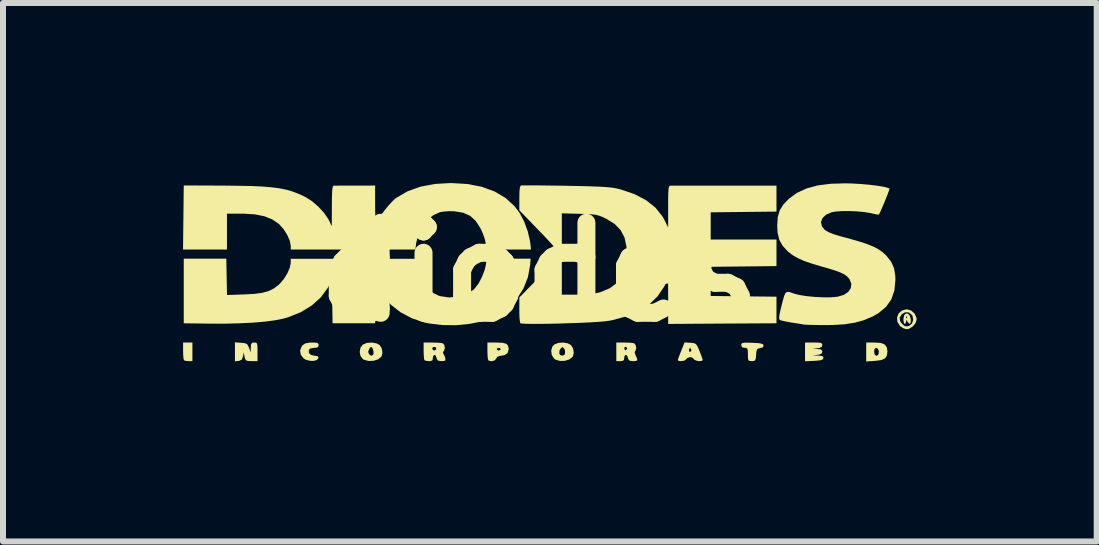
<source format=kicad_pcb>
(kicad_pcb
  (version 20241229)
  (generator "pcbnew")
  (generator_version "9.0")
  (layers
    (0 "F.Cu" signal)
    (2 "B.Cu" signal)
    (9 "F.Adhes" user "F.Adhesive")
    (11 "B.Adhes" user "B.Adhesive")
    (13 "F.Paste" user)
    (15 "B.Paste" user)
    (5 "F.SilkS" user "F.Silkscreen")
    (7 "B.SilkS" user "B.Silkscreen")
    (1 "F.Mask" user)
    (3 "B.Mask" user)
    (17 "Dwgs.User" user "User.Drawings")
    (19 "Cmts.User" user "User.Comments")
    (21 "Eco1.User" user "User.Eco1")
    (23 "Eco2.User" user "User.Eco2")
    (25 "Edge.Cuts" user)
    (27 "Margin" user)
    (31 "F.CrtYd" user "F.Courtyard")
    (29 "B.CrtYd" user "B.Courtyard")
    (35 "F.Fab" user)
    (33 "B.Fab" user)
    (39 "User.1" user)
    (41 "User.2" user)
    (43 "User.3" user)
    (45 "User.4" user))
  (footprint "diodes"
    (layer "F.Cu")
    (at 5.936 1.484)
    (property "Reference" "diodes" (at 0 0 0) (layer "F.SilkS") (effects (font (size 1.5 1.5) (thickness 0.3))))
    (attr board_only exclude_from_pos_files exclude_from_bom)
    (fp_poly (pts (xy -5.78 1.329) (xy -5.78 1.484) (xy -5.843 1.484) (xy -5.893 1.479) (xy -5.92 1.469) (xy -5.928 1.441) (xy -5.933 1.382) (xy -5.935 1.314) (xy -5.935 1.174) (xy -5.857 1.174) (xy -5.78 1.174)) (stroke (width 0) (type solid)) (fill yes) (layer "F.SilkS"))
    (fp_poly (pts (xy 5.691 1.181) (xy 5.757 1.207) (xy 5.792 1.255) (xy 5.802 1.321) (xy 5.793 1.392) (xy 5.761 1.438) (xy 5.7 1.466) (xy 5.602 1.479) (xy 5.594 1.48) (xy 5.448 1.489) (xy 5.448 1.331) (xy 5.448 1.329) (xy 5.58 1.329) (xy 5.591 1.377) (xy 5.617 1.396) (xy 5.645 1.381) (xy 5.655 1.362) (xy 5.659 1.312) (xy 5.638 1.273) (xy 5.611 1.262) (xy 5.587 1.282) (xy 5.58 1.329) (xy 5.448 1.329) (xy 5.448 1.174) (xy 5.588 1.174)) (stroke (width 0) (type solid)) (fill yes) (layer "F.SilkS"))
    (fp_poly (pts (xy 6.143 0.693) (xy 6.175 0.727) (xy 6.192 0.791) (xy 6.192 0.798) (xy 6.187 0.849) (xy 6.168 0.861) (xy 6.14 0.831) (xy 6.136 0.825) (xy 6.118 0.798) (xy 6.113 0.81) (xy 6.113 0.825) (xy 6.102 0.858) (xy 6.09 0.864) (xy 6.075 0.844) (xy 6.068 0.796) (xy 6.068 0.785) (xy 6.074 0.753) (xy 6.112 0.753) (xy 6.12 0.771) (xy 6.127 0.768) (xy 6.129 0.741) (xy 6.127 0.738) (xy 6.114 0.741) (xy 6.112 0.753) (xy 6.074 0.753) (xy 6.08 0.721) (xy 6.108 0.69)) (stroke (width 0) (type solid)) (fill yes) (layer "F.SilkS"))
    (fp_poly (pts (xy -3.72 1.176) (xy -3.687 1.186) (xy -3.676 1.208) (xy -3.676 1.218) (xy -3.685 1.249) (xy -3.72 1.261) (xy -3.751 1.262) (xy -3.815 1.273) (xy -3.84 1.298) (xy -3.839 1.346) (xy -3.803 1.381) (xy -3.74 1.395) (xy -3.738 1.395) (xy -3.692 1.401) (xy -3.679 1.424) (xy -3.68 1.434) (xy -3.706 1.465) (xy -3.759 1.48) (xy -3.825 1.478) (xy -3.891 1.46) (xy -3.926 1.439) (xy -3.974 1.377) (xy -3.985 1.305) (xy -3.957 1.235) (xy -3.942 1.218) (xy -3.894 1.187) (xy -3.822 1.175) (xy -3.787 1.174)) (stroke (width 0) (type solid)) (fill yes) (layer "F.SilkS"))
    (fp_poly (pts (xy 4.651 1.175) (xy 4.694 1.181) (xy 4.713 1.195) (xy 4.717 1.217) (xy 4.706 1.247) (xy 4.667 1.264) (xy 4.634 1.268) (xy 4.551 1.277) (xy 4.634 1.281) (xy 4.69 1.288) (xy 4.714 1.308) (xy 4.717 1.327) (xy 4.706 1.358) (xy 4.667 1.374) (xy 4.634 1.379) (xy 4.551 1.388) (xy 4.646 1.391) (xy 4.707 1.397) (xy 4.733 1.411) (xy 4.735 1.434) (xy 4.723 1.456) (xy 4.69 1.469) (xy 4.627 1.476) (xy 4.578 1.479) (xy 4.429 1.486) (xy 4.429 1.33) (xy 4.429 1.174) (xy 4.573 1.174)) (stroke (width 0) (type solid)) (fill yes) (layer "F.SilkS"))
    (fp_poly (pts (xy -4.968 1.178) (xy -4.903 1.185) (xy -4.868 1.202) (xy -4.846 1.239) (xy -4.837 1.262) (xy -4.809 1.34) (xy -4.807 1.257) (xy -4.802 1.202) (xy -4.785 1.178) (xy -4.75 1.174) (xy -4.721 1.176) (xy -4.705 1.189) (xy -4.697 1.223) (xy -4.695 1.287) (xy -4.695 1.329) (xy -4.695 1.484) (xy -4.795 1.484) (xy -4.857 1.481) (xy -4.889 1.469) (xy -4.904 1.437) (xy -4.91 1.412) (xy -4.925 1.34) (xy -4.937 1.406) (xy -4.956 1.457) (xy -4.996 1.477) (xy -5.01 1.48) (xy -5.071 1.487) (xy -5.071 1.329) (xy -5.071 1.171)) (stroke (width 0) (type solid)) (fill yes) (layer "F.SilkS"))
    (fp_poly (pts (xy 3.548 1.178) (xy 3.641 1.183) (xy 3.698 1.191) (xy 3.727 1.203) (xy 3.738 1.222) (xy 3.729 1.252) (xy 3.683 1.266) (xy 3.645 1.275) (xy 3.625 1.297) (xy 3.616 1.345) (xy 3.614 1.379) (xy 3.608 1.442) (xy 3.595 1.473) (xy 3.568 1.483) (xy 3.542 1.484) (xy 3.503 1.481) (xy 3.484 1.466) (xy 3.477 1.427) (xy 3.477 1.373) (xy 3.475 1.307) (xy 3.466 1.274) (xy 3.444 1.263) (xy 3.421 1.262) (xy 3.378 1.252) (xy 3.366 1.217) (xy 3.369 1.195) (xy 3.384 1.182) (xy 3.42 1.176) (xy 3.486 1.176)) (stroke (width 0) (type solid)) (fill yes) (layer "F.SilkS"))
    (fp_poly (pts (xy -2.71 1.188) (xy -2.657 1.218) (xy -2.624 1.275) (xy -2.613 1.344) (xy -2.628 1.405) (xy -2.63 1.408) (xy -2.683 1.453) (xy -2.761 1.478) (xy -2.846 1.481) (xy -2.923 1.46) (xy -2.94 1.449) (xy -2.979 1.398) (xy -2.992 1.329) (xy -2.99 1.319) (xy -2.85 1.319) (xy -2.846 1.348) (xy -2.821 1.386) (xy -2.787 1.393) (xy -2.762 1.367) (xy -2.761 1.327) (xy -2.772 1.286) (xy -2.789 1.25) (xy -2.809 1.251) (xy -2.826 1.267) (xy -2.85 1.319) (xy -2.99 1.319) (xy -2.979 1.259) (xy -2.94 1.208) (xy -2.872 1.18) (xy -2.789 1.174)) (stroke (width 0) (type solid)) (fill yes) (layer "F.SilkS"))
    (fp_poly (pts (xy -0.615 1.178) (xy -0.553 1.193) (xy -0.521 1.224) (xy -0.51 1.275) (xy -0.509 1.288) (xy -0.528 1.349) (xy -0.582 1.385) (xy -0.649 1.395) (xy -0.699 1.411) (xy -0.715 1.439) (xy -0.743 1.471) (xy -0.791 1.486) (xy -0.838 1.477) (xy -0.849 1.469) (xy -0.857 1.441) (xy -0.862 1.382) (xy -0.864 1.314) (xy -0.864 1.284) (xy -0.709 1.284) (xy -0.691 1.304) (xy -0.675 1.307) (xy -0.646 1.295) (xy -0.642 1.284) (xy -0.66 1.265) (xy -0.675 1.262) (xy -0.705 1.274) (xy -0.709 1.284) (xy -0.864 1.284) (xy -0.864 1.174) (xy -0.713 1.174)) (stroke (width 0) (type solid)) (fill yes) (layer "F.SilkS"))
    (fp_poly (pts (xy 0.479 1.188) (xy 0.531 1.218) (xy 0.564 1.275) (xy 0.575 1.344) (xy 0.561 1.405) (xy 0.559 1.408) (xy 0.505 1.454) (xy 0.428 1.478) (xy 0.344 1.481) (xy 0.271 1.459) (xy 0.244 1.439) (xy 0.207 1.378) (xy 0.205 1.356) (xy 0.334 1.356) (xy 0.347 1.38) (xy 0.386 1.395) (xy 0.422 1.374) (xy 0.429 1.36) (xy 0.43 1.314) (xy 0.419 1.281) (xy 0.395 1.252) (xy 0.367 1.261) (xy 0.364 1.264) (xy 0.337 1.306) (xy 0.334 1.356) (xy 0.205 1.356) (xy 0.199 1.306) (xy 0.219 1.241) (xy 0.249 1.208) (xy 0.317 1.18) (xy 0.4 1.174)) (stroke (width 0) (type solid)) (fill yes) (layer "F.SilkS"))
    (fp_poly (pts (xy 6.197 0.64) (xy 6.254 0.691) (xy 6.286 0.76) (xy 6.289 0.79) (xy 6.27 0.851) (xy 6.222 0.907) (xy 6.161 0.945) (xy 6.123 0.952) (xy 6.068 0.937) (xy 6.013 0.9) (xy 6.011 0.898) (xy 5.968 0.829) (xy 5.962 0.757) (xy 6.006 0.757) (xy 6.013 0.818) (xy 6.046 0.864) (xy 6.09 0.9) (xy 6.13 0.905) (xy 6.167 0.894) (xy 6.212 0.856) (xy 6.231 0.796) (xy 6.22 0.733) (xy 6.212 0.717) (xy 6.161 0.673) (xy 6.099 0.669) (xy 6.042 0.701) (xy 6.006 0.757) (xy 5.962 0.757) (xy 5.962 0.756) (xy 5.988 0.69) (xy 6.043 0.641) (xy 6.122 0.62) (xy 6.128 0.62)) (stroke (width 0) (type solid)) (fill yes) (layer "F.SilkS"))
    (fp_poly (pts (xy 1.493 1.176) (xy 1.555 1.181) (xy 1.582 1.187) (xy 1.607 1.217) (xy 1.616 1.264) (xy 1.606 1.306) (xy 1.596 1.317) (xy 1.59 1.344) (xy 1.607 1.39) (xy 1.633 1.446) (xy 1.63 1.474) (xy 1.596 1.483) (xy 1.563 1.484) (xy 1.509 1.478) (xy 1.485 1.455) (xy 1.48 1.436) (xy 1.463 1.391) (xy 1.439 1.379) (xy 1.421 1.4) (xy 1.417 1.426) (xy 1.41 1.467) (xy 1.381 1.482) (xy 1.351 1.484) (xy 1.284 1.484) (xy 1.284 1.329) (xy 1.284 1.273) (xy 1.417 1.273) (xy 1.428 1.301) (xy 1.441 1.302) (xy 1.464 1.279) (xy 1.465 1.273) (xy 1.448 1.247) (xy 1.441 1.244) (xy 1.421 1.255) (xy 1.417 1.273) (xy 1.284 1.273) (xy 1.284 1.174) (xy 1.415 1.174)) (stroke (width 0) (type solid)) (fill yes) (layer "F.SilkS"))
    (fp_poly (pts (xy 2.519 1.178) (xy 2.573 1.183) (xy 2.607 1.197) (xy 2.632 1.228) (xy 2.659 1.287) (xy 2.671 1.316) (xy 2.698 1.387) (xy 2.717 1.441) (xy 2.724 1.465) (xy 2.706 1.481) (xy 2.664 1.484) (xy 2.617 1.476) (xy 2.583 1.459) (xy 2.577 1.45) (xy 2.547 1.424) (xy 2.513 1.417) (xy 2.468 1.43) (xy 2.45 1.45) (xy 2.419 1.475) (xy 2.368 1.484) (xy 2.321 1.48) (xy 2.309 1.463) (xy 2.314 1.445) (xy 2.33 1.403) (xy 2.356 1.337) (xy 2.373 1.295) (xy 2.494 1.295) (xy 2.498 1.324) (xy 2.513 1.329) (xy 2.535 1.314) (xy 2.533 1.295) (xy 2.518 1.266) (xy 2.513 1.262) (xy 2.501 1.279) (xy 2.494 1.295) (xy 2.373 1.295) (xy 2.375 1.289) (xy 2.421 1.172)) (stroke (width 0) (type solid)) (fill yes) (layer "F.SilkS"))
    (fp_poly (pts (xy -1.705 1.176) (xy -1.639 1.181) (xy -1.607 1.187) (xy -1.581 1.217) (xy -1.573 1.265) (xy -1.585 1.308) (xy -1.595 1.318) (xy -1.606 1.345) (xy -1.599 1.358) (xy -1.577 1.4) (xy -1.566 1.434) (xy -1.564 1.468) (xy -1.585 1.481) (xy -1.628 1.484) (xy -1.682 1.477) (xy -1.705 1.453) (xy -1.709 1.436) (xy -1.726 1.391) (xy -1.75 1.379) (xy -1.768 1.4) (xy -1.772 1.426) (xy -1.779 1.468) (xy -1.81 1.483) (xy -1.834 1.484) (xy -1.885 1.479) (xy -1.912 1.469) (xy -1.92 1.441) (xy -1.925 1.382) (xy -1.927 1.314) (xy -1.927 1.277) (xy -1.784 1.277) (xy -1.767 1.302) (xy -1.749 1.307) (xy -1.721 1.291) (xy -1.717 1.286) (xy -1.719 1.26) (xy -1.745 1.246) (xy -1.772 1.251) (xy -1.784 1.277) (xy -1.927 1.277) (xy -1.927 1.174) (xy -1.784 1.174)) (stroke (width 0) (type solid)) (fill yes) (layer "F.SilkS"))
    (fp_poly (pts (xy -5.209 0.079) (xy -5.203 0.382) (xy -4.91 0.372) (xy -4.745 0.363) (xy -4.614 0.345) (xy -4.51 0.316) (xy -4.423 0.273) (xy -4.345 0.214) (xy -4.322 0.193) (xy -4.255 0.114) (xy -4.198 0.021) (xy -4.157 -0.073) (xy -4.141 -0.152) (xy -4.141 -0.154) (xy -4.141 -0.221) (xy -3.103 -0.221) (xy -2.064 -0.221) (xy -2.05 -0.116) (xy -2.014 0.023) (xy -1.95 0.153) (xy -1.865 0.265) (xy -1.765 0.35) (xy -1.662 0.399) (xy -1.51 0.422) (xy -1.359 0.412) (xy -1.22 0.37) (xy -1.103 0.299) (xy -1.076 0.274) (xy -1.013 0.192) (xy -0.955 0.083) (xy -0.91 -0.035) (xy -0.889 -0.124) (xy -0.875 -0.224) (xy -0.509 -0.224) (xy -0.144 -0.224) (xy -0.152 -0.117) (xy -0.189 0.086) (xy -0.265 0.277) (xy -0.377 0.45) (xy -0.52 0.599) (xy -0.691 0.718) (xy -0.776 0.76) (xy -0.958 0.823) (xy -1.166 0.864) (xy -1.388 0.885) (xy -1.613 0.883) (xy -1.825 0.858) (xy -1.909 0.841) (xy -2.122 0.77) (xy -2.311 0.67) (xy -2.472 0.544) (xy -2.601 0.395) (xy -2.667 0.282) (xy -2.699 0.217) (xy -2.723 0.171) (xy -2.732 0.155) (xy -2.733 0.176) (xy -2.734 0.234) (xy -2.734 0.321) (xy -2.735 0.43) (xy -2.735 0.504) (xy -2.735 0.853) (xy -3.089 0.853) (xy -3.444 0.853) (xy -3.45 0.498) (xy -3.456 0.144) (xy -3.524 0.263) (xy -3.639 0.42) (xy -3.79 0.556) (xy -3.973 0.668) (xy -4.185 0.753) (xy -4.267 0.776) (xy -4.403 0.803) (xy -4.576 0.826) (xy -4.78 0.843) (xy -5.008 0.854) (xy -5.255 0.86) (xy -5.503 0.859) (xy -5.924 0.853) (xy -5.924 0.314) (xy -5.924 -0.224) (xy -5.569 -0.224) (xy -5.215 -0.224)) (stroke (width 0) (type solid)) (fill yes) (layer "F.SilkS"))
    (fp_poly (pts (xy -1.199 -1.468) (xy -0.956 -1.421) (xy -0.743 -1.343) (xy -0.561 -1.235) (xy -0.41 -1.096) (xy -0.328 -0.986) (xy -0.252 -0.844) (xy -0.192 -0.679) (xy -0.153 -0.512) (xy -0.148 -0.471) (xy -0.137 -0.376) (xy -0.509 -0.376) (xy -0.88 -0.376) (xy -0.892 -0.479) (xy -0.908 -0.552) (xy -0.94 -0.643) (xy -0.978 -0.727) (xy -1.057 -0.851) (xy -1.151 -0.937) (xy -1.268 -0.989) (xy -1.411 -1.013) (xy -1.506 -1.015) (xy -1.599 -1.008) (xy -1.657 -0.998) (xy -1.771 -0.945) (xy -1.874 -0.857) (xy -1.959 -0.741) (xy -2.021 -0.607) (xy -2.051 -0.482) (xy -2.065 -0.376) (xy -3.103 -0.376) (xy -4.141 -0.376) (xy -4.141 -0.437) (xy -4.157 -0.522) (xy -4.2 -0.62) (xy -4.261 -0.716) (xy -4.333 -0.797) (xy -4.342 -0.805) (xy -4.452 -0.879) (xy -4.582 -0.931) (xy -4.739 -0.962) (xy -4.93 -0.974) (xy -4.963 -0.974) (xy -5.204 -0.974) (xy -5.204 -0.675) (xy -5.204 -0.376) (xy -5.57 -0.376) (xy -5.936 -0.376) (xy -5.93 -0.91) (xy -5.924 -1.444) (xy -5.259 -1.441) (xy -5.009 -1.438) (xy -4.798 -1.434) (xy -4.62 -1.426) (xy -4.469 -1.414) (xy -4.341 -1.398) (xy -4.228 -1.376) (xy -4.127 -1.348) (xy -4.032 -1.313) (xy -3.936 -1.27) (xy -3.89 -1.247) (xy -3.786 -1.181) (xy -3.68 -1.089) (xy -3.586 -0.986) (xy -3.516 -0.885) (xy -3.505 -0.864) (xy -3.457 -0.764) (xy -3.456 -1.102) (xy -3.455 -1.233) (xy -3.452 -1.326) (xy -3.448 -1.387) (xy -3.44 -1.423) (xy -3.43 -1.438) (xy -3.421 -1.44) (xy -3.388 -1.44) (xy -3.32 -1.441) (xy -3.224 -1.441) (xy -3.111 -1.441) (xy -3.062 -1.441) (xy -2.735 -1.442) (xy -2.735 -1.111) (xy -2.734 -0.996) (xy -2.731 -0.9) (xy -2.727 -0.83) (xy -2.721 -0.793) (xy -2.718 -0.79) (xy -2.703 -0.818) (xy -2.702 -0.828) (xy -2.687 -0.869) (xy -2.65 -0.931) (xy -2.595 -1.007) (xy -2.532 -1.086) (xy -2.468 -1.158) (xy -2.409 -1.216) (xy -2.384 -1.236) (xy -2.195 -1.346) (xy -1.98 -1.423) (xy -1.736 -1.469) (xy -1.473 -1.484)) (stroke (width 0) (type solid)) (fill yes) (layer "F.SilkS"))
    (fp_poly (pts (xy 5.215 -1.476) (xy 5.358 -1.468) (xy 5.495 -1.456) (xy 5.619 -1.441) (xy 5.722 -1.425) (xy 5.797 -1.408) (xy 5.836 -1.391) (xy 5.837 -1.39) (xy 5.831 -1.368) (xy 5.813 -1.317) (xy 5.785 -1.245) (xy 5.752 -1.164) (xy 5.718 -1.085) (xy 5.688 -1.016) (xy 5.666 -0.97) (xy 5.658 -0.957) (xy 5.636 -0.959) (xy 5.582 -0.969) (xy 5.512 -0.985) (xy 5.413 -1.001) (xy 5.291 -1.012) (xy 5.162 -1.017) (xy 5.037 -1.016) (xy 4.932 -1.008) (xy 4.871 -0.997) (xy 4.778 -0.956) (xy 4.719 -0.899) (xy 4.695 -0.833) (xy 4.709 -0.764) (xy 4.759 -0.702) (xy 4.816 -0.668) (xy 4.903 -0.632) (xy 5.007 -0.6) (xy 5.009 -0.6) (xy 5.2 -0.548) (xy 5.354 -0.503) (xy 5.476 -0.462) (xy 5.573 -0.422) (xy 5.651 -0.381) (xy 5.715 -0.336) (xy 5.772 -0.286) (xy 5.784 -0.273) (xy 5.864 -0.173) (xy 5.912 -0.066) (xy 5.933 0.062) (xy 5.935 0.129) (xy 5.918 0.305) (xy 5.867 0.454) (xy 5.779 0.579) (xy 5.653 0.684) (xy 5.552 0.741) (xy 5.408 0.802) (xy 5.253 0.844) (xy 5.078 0.871) (xy 4.875 0.882) (xy 4.743 0.883) (xy 4.629 0.882) (xy 4.53 0.88) (xy 4.454 0.877) (xy 4.411 0.875) (xy 4.407 0.874) (xy 4.37 0.867) (xy 4.303 0.856) (xy 4.218 0.843) (xy 4.204 0.841) (xy 4.12 0.826) (xy 4.051 0.811) (xy 4.012 0.799) (xy 4.009 0.797) (xy 3.998 0.778) (xy 3.999 0.734) (xy 4.013 0.66) (xy 4.031 0.584) (xy 4.06 0.471) (xy 4.082 0.394) (xy 4.103 0.349) (xy 4.129 0.33) (xy 4.164 0.331) (xy 4.214 0.347) (xy 4.246 0.359) (xy 4.337 0.382) (xy 4.457 0.401) (xy 4.595 0.414) (xy 4.735 0.421) (xy 4.865 0.42) (xy 4.968 0.411) (xy 5.073 0.381) (xy 5.148 0.331) (xy 5.192 0.266) (xy 5.2 0.192) (xy 5.168 0.115) (xy 5.16 0.105) (xy 5.125 0.068) (xy 5.077 0.035) (xy 5.01 0.003) (xy 4.917 -0.03) (xy 4.792 -0.069) (xy 4.718 -0.089) (xy 4.547 -0.14) (xy 4.412 -0.186) (xy 4.306 -0.234) (xy 4.219 -0.284) (xy 4.145 -0.342) (xy 4.14 -0.346) (xy 4.054 -0.44) (xy 3.999 -0.54) (xy 3.971 -0.659) (xy 3.965 -0.775) (xy 3.974 -0.914) (xy 4.006 -1.026) (xy 4.066 -1.124) (xy 4.16 -1.222) (xy 4.161 -1.223) (xy 4.294 -1.32) (xy 4.452 -1.393) (xy 4.639 -1.444) (xy 4.857 -1.472) (xy 5.11 -1.479)) (stroke (width 0) (type solid)) (fill yes) (layer "F.SilkS"))
    (fp_poly (pts (xy -0.109 -1.445) (xy 0.019 -1.444) (xy 0.17 -1.442) (xy 0.339 -1.44) (xy 0.454 -1.438) (xy 0.658 -1.434) (xy 0.824 -1.43) (xy 0.957 -1.425) (xy 1.063 -1.42) (xy 1.147 -1.414) (xy 1.215 -1.407) (xy 1.273 -1.397) (xy 1.326 -1.385) (xy 1.362 -1.376) (xy 1.59 -1.298) (xy 1.781 -1.197) (xy 1.936 -1.074) (xy 2.052 -0.929) (xy 2.088 -0.865) (xy 2.148 -0.744) (xy 2.148 -1.092) (xy 2.148 -1.223) (xy 2.15 -1.317) (xy 2.154 -1.379) (xy 2.16 -1.416) (xy 2.17 -1.434) (xy 2.183 -1.44) (xy 2.187 -1.44) (xy 2.217 -1.44) (xy 2.286 -1.44) (xy 2.39 -1.44) (xy 2.523 -1.44) (xy 2.68 -1.44) (xy 2.856 -1.44) (xy 3.046 -1.44) (xy 3.089 -1.44) (xy 3.953 -1.44) (xy 3.953 -1.224) (xy 3.953 -1.008) (xy 3.405 -1.002) (xy 2.857 -0.996) (xy 2.857 -0.769) (xy 2.857 -0.543) (xy 3.405 -0.543) (xy 3.953 -0.543) (xy 3.953 -0.321) (xy 3.953 -0.1) (xy 3.405 -0.094) (xy 2.857 -0.088) (xy 2.857 0.155) (xy 2.857 0.398) (xy 3.405 0.404) (xy 3.953 0.41) (xy 3.953 0.631) (xy 3.953 0.853) (xy 3.05 0.858) (xy 2.148 0.864) (xy 2.148 0.493) (xy 2.147 0.122) (xy 2.08 0.244) (xy 1.97 0.406) (xy 1.831 0.541) (xy 1.66 0.651) (xy 1.456 0.737) (xy 1.215 0.801) (xy 1.163 0.811) (xy 1.099 0.82) (xy 1.003 0.828) (xy 0.882 0.836) (xy 0.743 0.843) (xy 0.59 0.849) (xy 0.431 0.854) (xy 0.273 0.859) (xy 0.121 0.862) (xy -0.018 0.863) (xy -0.137 0.863) (xy -0.231 0.861) (xy -0.293 0.857) (xy -0.316 0.852) (xy -0.323 0.823) (xy -0.329 0.761) (xy -0.332 0.677) (xy -0.332 0.629) (xy -0.332 0.424) (xy 0.006 0.077) (xy 0.105 -0.026) (xy 0.193 -0.119) (xy 0.265 -0.198) (xy 0.317 -0.256) (xy 0.345 -0.29) (xy 0.348 -0.296) (xy 0.335 -0.319) (xy 0.295 -0.368) (xy 0.232 -0.439) (xy 0.152 -0.527) (xy 0.058 -0.627) (xy 0.011 -0.675) (xy -0.282 -0.979) (xy 0.376 -0.979) (xy 0.376 -0.301) (xy 0.376 0.376) (xy 0.629 0.376) (xy 0.771 0.374) (xy 0.883 0.364) (xy 0.978 0.345) (xy 1.023 0.333) (xy 1.178 0.268) (xy 1.297 0.178) (xy 1.382 0.061) (xy 1.435 -0.084) (xy 1.457 -0.247) (xy 1.453 -0.426) (xy 1.421 -0.575) (xy 1.357 -0.698) (xy 1.259 -0.8) (xy 1.125 -0.884) (xy 1.113 -0.89) (xy 1.05 -0.92) (xy 0.996 -0.941) (xy 0.942 -0.954) (xy 0.875 -0.963) (xy 0.785 -0.968) (xy 0.67 -0.971) (xy 0.376 -0.979) (xy -0.282 -0.979) (xy -0.332 -1.03) (xy -0.332 -1.232) (xy -0.33 -1.34) (xy -0.323 -1.408) (xy -0.31 -1.44) (xy -0.304 -1.443) (xy -0.276 -1.445) (xy -0.209 -1.445)) (stroke (width 0) (type solid)) (fill yes) (layer "F.SilkS")))
  (gr_rect
    (start -3 -3)
    (end 15.225 5.973)
    (stroke (width 0.1) (type default))
    (fill no)
    (layer "Edge.Cuts")))
</source>
